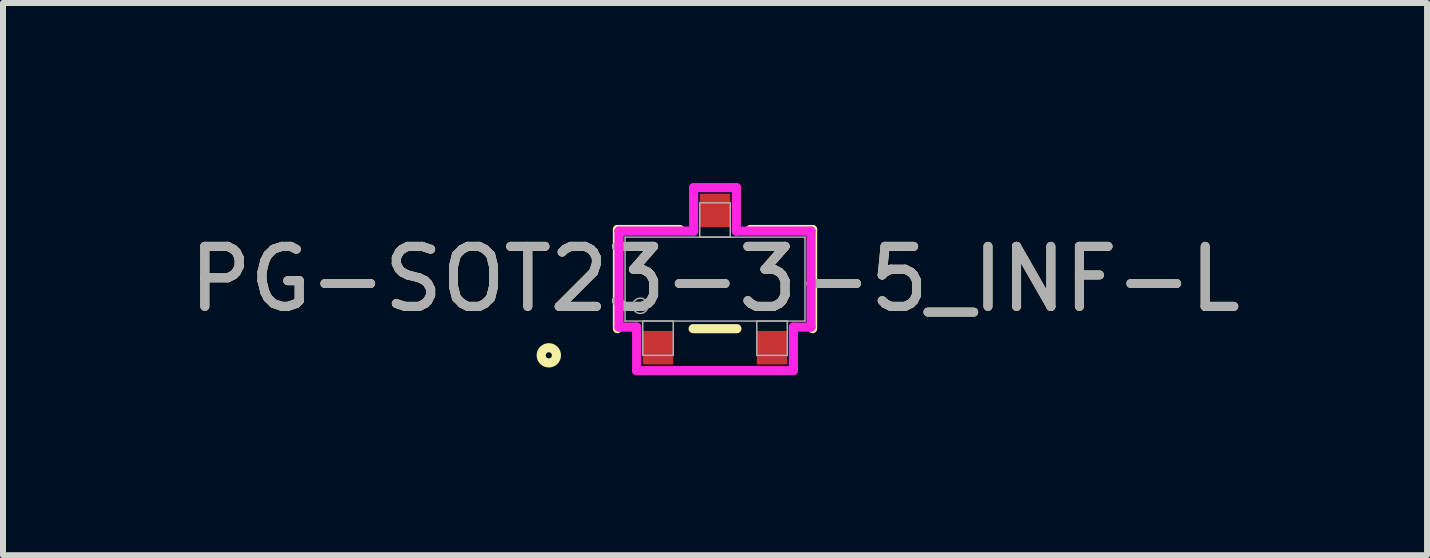
<source format=kicad_pcb>
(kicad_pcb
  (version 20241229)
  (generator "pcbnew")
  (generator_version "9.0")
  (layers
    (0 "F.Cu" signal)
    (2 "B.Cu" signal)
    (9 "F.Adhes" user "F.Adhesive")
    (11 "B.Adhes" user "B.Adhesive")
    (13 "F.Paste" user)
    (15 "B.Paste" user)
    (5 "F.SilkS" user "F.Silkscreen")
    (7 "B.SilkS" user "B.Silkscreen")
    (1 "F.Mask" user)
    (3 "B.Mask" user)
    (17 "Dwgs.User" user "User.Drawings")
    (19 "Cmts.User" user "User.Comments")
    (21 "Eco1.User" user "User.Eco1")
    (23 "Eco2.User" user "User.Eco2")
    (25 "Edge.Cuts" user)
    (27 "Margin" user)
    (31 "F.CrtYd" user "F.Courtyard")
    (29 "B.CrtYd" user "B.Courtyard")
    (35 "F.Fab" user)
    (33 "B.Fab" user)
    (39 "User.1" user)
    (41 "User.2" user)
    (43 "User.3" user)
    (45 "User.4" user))
  (footprint "PG-SOT23-3-5_INF-L"
    (layer "F.Cu")
    (at 8.863 1.6)
    (property "Reference" "PG-SOT23-3-5_INF-L" (at 0 0 0) (unlocked yes) (layer "F.SilkS") (effects (font (size 1 1) (thickness 0.15))))
    (attr smd)
    (fp_line (start -1.626 -0.826) (end -1.626 0.826) (stroke (width 0.152) (type solid)) (layer "F.SilkS"))
    (fp_line (start -0.585 -0.826) (end -1.626 -0.826) (stroke (width 0.152) (type solid)) (layer "F.SilkS"))
    (fp_line (start -0.365 0.826) (end 0.365 0.826) (stroke (width 0.152) (type solid)) (layer "F.SilkS"))
    (fp_line (start 1.626 -0.826) (end 0.585 -0.826) (stroke (width 0.152) (type solid)) (layer "F.SilkS"))
    (fp_line (start 1.626 0.826) (end 1.626 -0.826) (stroke (width 0.152) (type solid)) (layer "F.SilkS"))
    (fp_circle (center -2.769 1.27) (end -2.642 1.27) (stroke (width 0.152) (type solid)) (fill no) (layer "F.SilkS"))
    (fp_line (start -1.6 -0.8) (end -0.356 -0.8) (stroke (width 0.152) (type solid)) (layer "F.CrtYd"))
    (fp_line (start -1.6 0.8) (end -1.6 -0.8) (stroke (width 0.152) (type solid)) (layer "F.CrtYd"))
    (fp_line (start -1.6 0.8) (end -1.306 0.8) (stroke (width 0.152) (type solid)) (layer "F.CrtYd"))
    (fp_line (start -1.306 0.8) (end -1.306 1.524) (stroke (width 0.152) (type solid)) (layer "F.CrtYd"))
    (fp_line (start -1.306 1.524) (end 1.306 1.524) (stroke (width 0.152) (type solid)) (layer "F.CrtYd"))
    (fp_line (start -0.356 -1.524) (end 0.356 -1.524) (stroke (width 0.152) (type solid)) (layer "F.CrtYd"))
    (fp_line (start -0.356 -0.8) (end -0.356 -1.524) (stroke (width 0.152) (type solid)) (layer "F.CrtYd"))
    (fp_line (start 0.356 -0.8) (end 0.356 -1.524) (stroke (width 0.152) (type solid)) (layer "F.CrtYd"))
    (fp_line (start 1.306 0.8) (end 1.306 1.524) (stroke (width 0.152) (type solid)) (layer "F.CrtYd"))
    (fp_line (start 1.6 -0.8) (end 0.356 -0.8) (stroke (width 0.152) (type solid)) (layer "F.CrtYd"))
    (fp_line (start 1.6 -0.8) (end 1.6 0.8) (stroke (width 0.152) (type solid)) (layer "F.CrtYd"))
    (fp_line (start 1.6 0.8) (end 1.306 0.8) (stroke (width 0.152) (type solid)) (layer "F.CrtYd"))
    (fp_line (start -1.499 -0.699) (end -1.499 0.699) (stroke (width 0.025) (type solid)) (layer "F.Fab"))
    (fp_line (start -1.499 0.699) (end 1.499 0.699) (stroke (width 0.025) (type solid)) (layer "F.Fab"))
    (fp_line (start -1.204 0.699) (end -1.204 1.27) (stroke (width 0.025) (type solid)) (layer "F.Fab"))
    (fp_line (start -1.204 1.27) (end -0.696 1.27) (stroke (width 0.025) (type solid)) (layer "F.Fab"))
    (fp_line (start -0.696 0.699) (end -1.204 0.699) (stroke (width 0.025) (type solid)) (layer "F.Fab"))
    (fp_line (start -0.696 1.27) (end -0.696 0.699) (stroke (width 0.025) (type solid)) (layer "F.Fab"))
    (fp_line (start -0.254 -1.27) (end -0.254 -0.699) (stroke (width 0.025) (type solid)) (layer "F.Fab"))
    (fp_line (start -0.254 -0.699) (end 0.254 -0.699) (stroke (width 0.025) (type solid)) (layer "F.Fab"))
    (fp_line (start 0.254 -1.27) (end -0.254 -1.27) (stroke (width 0.025) (type solid)) (layer "F.Fab"))
    (fp_line (start 0.254 -0.699) (end 0.254 -1.27) (stroke (width 0.025) (type solid)) (layer "F.Fab"))
    (fp_line (start 0.696 0.699) (end 0.696 1.27) (stroke (width 0.025) (type solid)) (layer "F.Fab"))
    (fp_line (start 0.696 1.27) (end 1.204 1.27) (stroke (width 0.025) (type solid)) (layer "F.Fab"))
    (fp_line (start 1.204 0.699) (end 0.696 0.699) (stroke (width 0.025) (type solid)) (layer "F.Fab"))
    (fp_line (start 1.204 1.27) (end 1.204 0.699) (stroke (width 0.025) (type solid)) (layer "F.Fab"))
    (fp_line (start 1.499 -0.699) (end -1.499 -0.699) (stroke (width 0.025) (type solid)) (layer "F.Fab"))
    (fp_line (start 1.499 0.699) (end 1.499 -0.699) (stroke (width 0.025) (type solid)) (layer "F.Fab"))
    (fp_circle (center -1.245 0.445) (end -1.118 0.445) (stroke (width 0.025) (type solid)) (fill no) (layer "F.Fab"))
    (fp_text user "${REFERENCE}" (at 0 0 0) (unlocked yes) (layer "F.Fab") (effects (font (size 1 1) (thickness 0.15))))
    (pad "1" smd rect (at -0.95 1.143) (size 0.508 0.559) (layers "F.Cu" "F.Mask" "F.Paste"))
    (pad "2" smd rect (at 0.95 1.143) (size 0.508 0.559) (layers "F.Cu" "F.Mask" "F.Paste"))
    (pad "3" smd rect (at 0 -1.143) (size 0.508 0.559) (layers "F.Cu" "F.Mask" "F.Paste")))
  (gr_rect
    (start -3 -3)
    (end 20.726 6.2)
    (stroke (width 0.1) (type default))
    (fill no)
    (layer "Edge.Cuts")))
</source>
